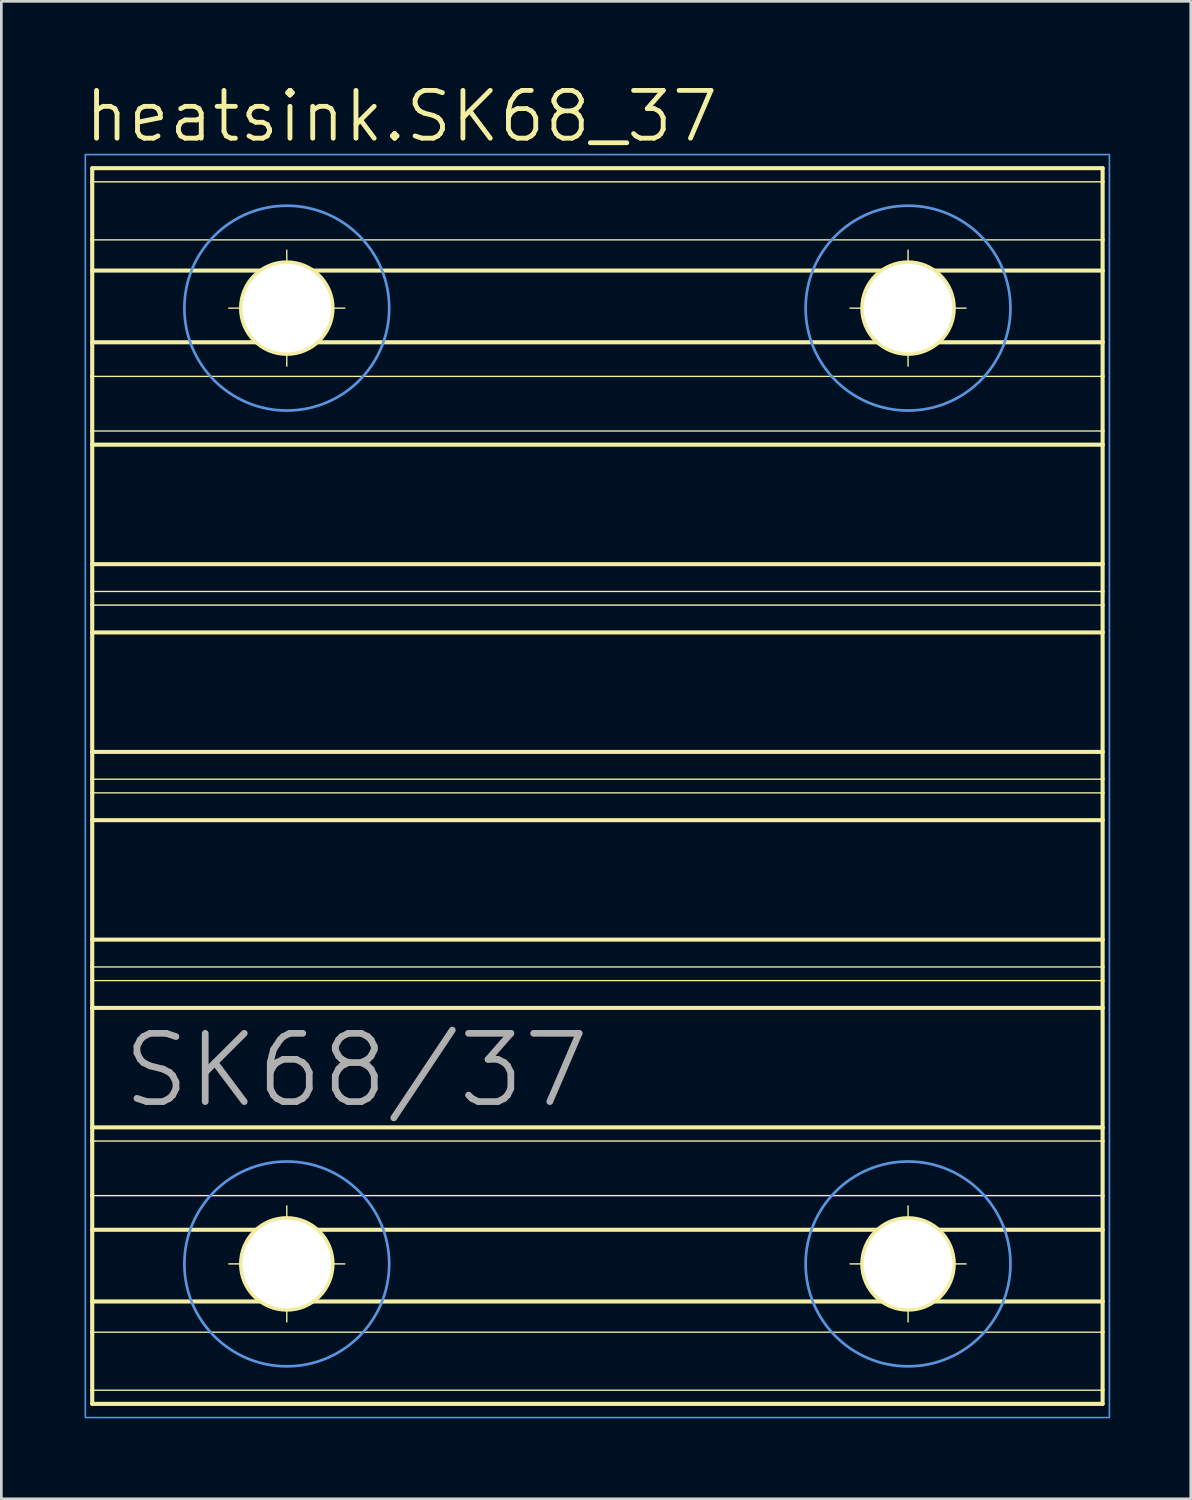
<source format=kicad_pcb>
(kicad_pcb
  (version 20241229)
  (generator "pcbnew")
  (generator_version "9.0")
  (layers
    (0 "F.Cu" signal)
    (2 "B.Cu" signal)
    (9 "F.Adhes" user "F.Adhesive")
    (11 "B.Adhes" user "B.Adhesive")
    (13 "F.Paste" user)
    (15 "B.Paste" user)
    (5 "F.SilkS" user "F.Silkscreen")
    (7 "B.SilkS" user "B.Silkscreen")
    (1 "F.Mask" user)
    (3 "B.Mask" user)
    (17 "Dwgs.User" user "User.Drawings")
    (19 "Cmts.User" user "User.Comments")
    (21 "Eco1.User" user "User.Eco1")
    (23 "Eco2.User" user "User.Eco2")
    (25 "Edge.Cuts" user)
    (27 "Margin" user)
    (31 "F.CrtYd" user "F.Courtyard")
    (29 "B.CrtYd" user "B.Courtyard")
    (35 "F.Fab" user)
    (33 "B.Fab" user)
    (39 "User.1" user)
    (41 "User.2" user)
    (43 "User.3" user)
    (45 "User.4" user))
  (footprint "heatsink.SK68_37"
    (layer "F.Cu")
    (at 19.177 26.194)
    (property "Reference" "heatsink.SK68_37" (at -19.177 -23.876 0) (layer "F.SilkS") (effects (font (size 1.778 1.778) (thickness 0.18)) (justify left bottom)))
    (fp_line (start -18.796 -22.987) (end -18.796 -22.479) (stroke (width 0.152) (type default)) (layer "F.SilkS"))
    (fp_line (start -18.796 -22.479) (end -18.796 -20.32) (stroke (width 0.152) (type default)) (layer "F.SilkS"))
    (fp_line (start -18.796 -22.479) (end 18.796 -22.479) (stroke (width 0.051) (type default)) (layer "F.SilkS"))
    (fp_line (start -18.796 -20.32) (end -18.796 -19.177) (stroke (width 0.152) (type default)) (layer "F.SilkS"))
    (fp_line (start -18.796 -20.32) (end 18.796 -20.32) (stroke (width 0.051) (type default)) (layer "F.SilkS"))
    (fp_line (start -18.796 -19.177) (end -18.796 -16.51) (stroke (width 0.152) (type default)) (layer "F.SilkS"))
    (fp_line (start -18.796 -19.177) (end 18.796 -19.177) (stroke (width 0.152) (type default)) (layer "F.SilkS"))
    (fp_line (start -18.796 -16.51) (end -18.796 -15.24) (stroke (width 0.152) (type default)) (layer "F.SilkS"))
    (fp_line (start -18.796 -16.51) (end 18.796 -16.51) (stroke (width 0.152) (type default)) (layer "F.SilkS"))
    (fp_line (start -18.796 -15.24) (end -18.796 -13.208) (stroke (width 0.152) (type default)) (layer "F.SilkS"))
    (fp_line (start -18.796 -15.24) (end 18.796 -15.24) (stroke (width 0.051) (type default)) (layer "F.SilkS"))
    (fp_line (start -18.796 -13.208) (end -18.796 -12.7) (stroke (width 0.152) (type default)) (layer "F.SilkS"))
    (fp_line (start -18.796 -13.208) (end 18.796 -13.208) (stroke (width 0.051) (type default)) (layer "F.SilkS"))
    (fp_line (start -18.796 -12.7) (end -18.796 -8.255) (stroke (width 0.152) (type default)) (layer "F.SilkS"))
    (fp_line (start -18.796 -12.7) (end 18.796 -12.7) (stroke (width 0.152) (type default)) (layer "F.SilkS"))
    (fp_line (start -18.796 -8.255) (end -18.796 -7.239) (stroke (width 0.152) (type default)) (layer "F.SilkS"))
    (fp_line (start -18.796 -8.255) (end 18.796 -8.255) (stroke (width 0.152) (type default)) (layer "F.SilkS"))
    (fp_line (start -18.796 -7.239) (end -18.796 -6.731) (stroke (width 0.152) (type default)) (layer "F.SilkS"))
    (fp_line (start -18.796 -6.731) (end -18.796 -5.715) (stroke (width 0.152) (type default)) (layer "F.SilkS"))
    (fp_line (start -18.796 -6.731) (end 18.796 -6.731) (stroke (width 0.051) (type default)) (layer "F.SilkS"))
    (fp_line (start -18.796 -5.715) (end -18.796 -1.27) (stroke (width 0.152) (type default)) (layer "F.SilkS"))
    (fp_line (start -18.796 -5.715) (end 18.796 -5.715) (stroke (width 0.152) (type default)) (layer "F.SilkS"))
    (fp_line (start -18.796 -1.27) (end -18.796 -0.254) (stroke (width 0.152) (type default)) (layer "F.SilkS"))
    (fp_line (start -18.796 -1.27) (end 18.796 -1.27) (stroke (width 0.152) (type default)) (layer "F.SilkS"))
    (fp_line (start -18.796 -0.254) (end -18.796 0.254) (stroke (width 0.152) (type default)) (layer "F.SilkS"))
    (fp_line (start -18.796 -0.254) (end 18.796 -0.254) (stroke (width 0.051) (type default)) (layer "F.SilkS"))
    (fp_line (start -18.796 0.254) (end -18.796 1.27) (stroke (width 0.152) (type default)) (layer "F.SilkS"))
    (fp_line (start -18.796 0.254) (end 18.796 0.254) (stroke (width 0.051) (type default)) (layer "F.SilkS"))
    (fp_line (start -18.796 1.27) (end -18.796 5.715) (stroke (width 0.152) (type default)) (layer "F.SilkS"))
    (fp_line (start -18.796 1.27) (end 18.796 1.27) (stroke (width 0.152) (type default)) (layer "F.SilkS"))
    (fp_line (start -18.796 5.715) (end -18.796 6.731) (stroke (width 0.152) (type default)) (layer "F.SilkS"))
    (fp_line (start -18.796 5.715) (end 18.796 5.715) (stroke (width 0.152) (type default)) (layer "F.SilkS"))
    (fp_line (start -18.796 6.731) (end -18.796 7.239) (stroke (width 0.152) (type default)) (layer "F.SilkS"))
    (fp_line (start -18.796 6.731) (end 18.796 6.731) (stroke (width 0.051) (type default)) (layer "F.SilkS"))
    (fp_line (start -18.796 7.239) (end -18.796 8.255) (stroke (width 0.152) (type default)) (layer "F.SilkS"))
    (fp_line (start -18.796 7.239) (end 18.796 7.239) (stroke (width 0.051) (type default)) (layer "F.SilkS"))
    (fp_line (start -18.796 8.255) (end -18.796 12.7) (stroke (width 0.152) (type default)) (layer "F.SilkS"))
    (fp_line (start -18.796 8.255) (end 18.796 8.255) (stroke (width 0.152) (type default)) (layer "F.SilkS"))
    (fp_line (start -18.796 12.7) (end -18.796 13.208) (stroke (width 0.152) (type default)) (layer "F.SilkS"))
    (fp_line (start -18.796 13.208) (end -18.796 15.24) (stroke (width 0.152) (type default)) (layer "F.SilkS"))
    (fp_line (start -18.796 15.24) (end -18.796 16.51) (stroke (width 0.152) (type default)) (layer "F.SilkS"))
    (fp_line (start -18.796 16.51) (end -18.796 19.177) (stroke (width 0.152) (type default)) (layer "F.SilkS"))
    (fp_line (start -18.796 19.177) (end -18.796 20.32) (stroke (width 0.152) (type default)) (layer "F.SilkS"))
    (fp_line (start -18.796 20.32) (end -18.796 22.479) (stroke (width 0.152) (type default)) (layer "F.SilkS"))
    (fp_line (start -18.796 22.479) (end -18.796 22.987) (stroke (width 0.152) (type default)) (layer "F.SilkS"))
    (fp_line (start -18.796 22.987) (end 18.796 22.987) (stroke (width 0.152) (type default)) (layer "F.SilkS"))
    (fp_line (start -13.716 -17.78) (end -9.398 -17.78) (stroke (width 0.051) (type default)) (layer "F.SilkS"))
    (fp_line (start -13.716 17.78) (end -9.398 17.78) (stroke (width 0.051) (type default)) (layer "F.SilkS"))
    (fp_line (start -11.557 -19.939) (end -11.557 -15.621) (stroke (width 0.051) (type default)) (layer "F.SilkS"))
    (fp_line (start -11.557 15.621) (end -11.557 19.939) (stroke (width 0.051) (type default)) (layer "F.SilkS"))
    (fp_line (start 9.398 -17.78) (end 13.716 -17.78) (stroke (width 0.051) (type default)) (layer "F.SilkS"))
    (fp_line (start 9.398 17.78) (end 13.716 17.78) (stroke (width 0.051) (type default)) (layer "F.SilkS"))
    (fp_line (start 11.557 -19.939) (end 11.557 -15.621) (stroke (width 0.051) (type default)) (layer "F.SilkS"))
    (fp_line (start 11.557 15.621) (end 11.557 19.939) (stroke (width 0.051) (type default)) (layer "F.SilkS"))
    (fp_line (start 18.796 -22.987) (end -18.796 -22.987) (stroke (width 0.152) (type default)) (layer "F.SilkS"))
    (fp_line (start 18.796 -22.479) (end 18.796 -22.987) (stroke (width 0.152) (type default)) (layer "F.SilkS"))
    (fp_line (start 18.796 -20.32) (end 18.796 -22.479) (stroke (width 0.152) (type default)) (layer "F.SilkS"))
    (fp_line (start 18.796 -19.177) (end 18.796 -20.32) (stroke (width 0.152) (type default)) (layer "F.SilkS"))
    (fp_line (start 18.796 -19.177) (end 18.796 -16.51) (stroke (width 0.152) (type default)) (layer "F.SilkS"))
    (fp_line (start 18.796 -15.24) (end 18.796 -16.51) (stroke (width 0.152) (type default)) (layer "F.SilkS"))
    (fp_line (start 18.796 -15.24) (end 18.796 -13.208) (stroke (width 0.152) (type default)) (layer "F.SilkS"))
    (fp_line (start 18.796 -12.7) (end 18.796 -13.208) (stroke (width 0.152) (type default)) (layer "F.SilkS"))
    (fp_line (start 18.796 -12.7) (end 18.796 -8.255) (stroke (width 0.152) (type default)) (layer "F.SilkS"))
    (fp_line (start 18.796 -8.255) (end 18.796 -7.239) (stroke (width 0.152) (type default)) (layer "F.SilkS"))
    (fp_line (start 18.796 -7.239) (end -18.796 -7.239) (stroke (width 0.051) (type default)) (layer "F.SilkS"))
    (fp_line (start 18.796 -7.239) (end 18.796 -6.731) (stroke (width 0.152) (type default)) (layer "F.SilkS"))
    (fp_line (start 18.796 -5.715) (end 18.796 -6.731) (stroke (width 0.152) (type default)) (layer "F.SilkS"))
    (fp_line (start 18.796 -5.715) (end 18.796 -1.27) (stroke (width 0.152) (type default)) (layer "F.SilkS"))
    (fp_line (start 18.796 -0.254) (end 18.796 -1.27) (stroke (width 0.152) (type default)) (layer "F.SilkS"))
    (fp_line (start 18.796 -0.254) (end 18.796 0.254) (stroke (width 0.152) (type default)) (layer "F.SilkS"))
    (fp_line (start 18.796 1.27) (end 18.796 0.254) (stroke (width 0.152) (type default)) (layer "F.SilkS"))
    (fp_line (start 18.796 1.27) (end 18.796 5.715) (stroke (width 0.152) (type default)) (layer "F.SilkS"))
    (fp_line (start 18.796 6.731) (end 18.796 5.715) (stroke (width 0.152) (type default)) (layer "F.SilkS"))
    (fp_line (start 18.796 6.731) (end 18.796 7.239) (stroke (width 0.152) (type default)) (layer "F.SilkS"))
    (fp_line (start 18.796 8.255) (end 18.796 7.239) (stroke (width 0.152) (type default)) (layer "F.SilkS"))
    (fp_line (start 18.796 12.7) (end -18.796 12.7) (stroke (width 0.152) (type default)) (layer "F.SilkS"))
    (fp_line (start 18.796 12.7) (end 18.796 8.255) (stroke (width 0.152) (type default)) (layer "F.SilkS"))
    (fp_line (start 18.796 12.7) (end 18.796 13.208) (stroke (width 0.152) (type default)) (layer "F.SilkS"))
    (fp_line (start 18.796 13.208) (end -18.796 13.208) (stroke (width 0.051) (type default)) (layer "F.SilkS"))
    (fp_line (start 18.796 13.208) (end 18.796 15.24) (stroke (width 0.152) (type default)) (layer "F.SilkS"))
    (fp_line (start 18.796 15.24) (end -18.796 15.24) (stroke (width 0.051) (type default)) (layer "F.SilkS"))
    (fp_line (start 18.796 15.24) (end 18.796 16.51) (stroke (width 0.152) (type default)) (layer "F.SilkS"))
    (fp_line (start 18.796 16.51) (end -18.796 16.51) (stroke (width 0.152) (type default)) (layer "F.SilkS"))
    (fp_line (start 18.796 16.51) (end 18.796 19.177) (stroke (width 0.152) (type default)) (layer "F.SilkS"))
    (fp_line (start 18.796 19.177) (end -18.796 19.177) (stroke (width 0.152) (type default)) (layer "F.SilkS"))
    (fp_line (start 18.796 19.177) (end 18.796 20.32) (stroke (width 0.152) (type default)) (layer "F.SilkS"))
    (fp_line (start 18.796 20.32) (end -18.796 20.32) (stroke (width 0.051) (type default)) (layer "F.SilkS"))
    (fp_line (start 18.796 20.32) (end 18.796 22.479) (stroke (width 0.152) (type default)) (layer "F.SilkS"))
    (fp_line (start 18.796 22.479) (end -18.796 22.479) (stroke (width 0.051) (type default)) (layer "F.SilkS"))
    (fp_line (start 18.796 22.479) (end 18.796 22.987) (stroke (width 0.152) (type default)) (layer "F.SilkS"))
    (fp_circle (center -11.557 -17.78) (end -9.855 -17.78) (stroke (width 0.152) (type default)) (fill no) (layer "F.SilkS"))
    (fp_circle (center -11.557 17.78) (end -9.855 17.78) (stroke (width 0.152) (type default)) (fill no) (layer "F.SilkS"))
    (fp_circle (center 11.557 -17.78) (end 13.259 -17.78) (stroke (width 0.152) (type default)) (fill no) (layer "F.SilkS"))
    (fp_circle (center 11.557 17.78) (end 13.259 17.78) (stroke (width 0.152) (type default)) (fill no) (layer "F.SilkS"))
    (fp_rect (start -19.05 23.495) (end 19.05 -23.495) (stroke (width 0.05) (type default)) (fill no) (layer "Cmts.User"))
    (fp_rect (start -19.05 23.495) (end 19.05 -23.495) (stroke (width 0.05) (type default)) (fill no) (layer "Cmts.User"))
    (fp_circle (center -11.557 -17.78) (end -7.747 -17.78) (stroke (width 0.1) (type default)) (fill no) (layer "Cmts.User"))
    (fp_circle (center -11.557 17.78) (end -7.747 17.78) (stroke (width 0.1) (type default)) (fill no) (layer "Cmts.User"))
    (fp_circle (center 11.557 -17.78) (end 15.367 -17.78) (stroke (width 0.1) (type default)) (fill no) (layer "Cmts.User"))
    (fp_circle (center 11.557 17.78) (end 15.367 17.78) (stroke (width 0.1) (type default)) (fill no) (layer "Cmts.User"))
    (fp_text user "SK68/37" (at -17.78 12.065 0) (layer "F.Fab") (effects (font (size 2.54 2.54) (thickness 0.25)) (justify left bottom)))
    (pad "" np_thru_hole circle (at -11.557 -17.78) (size 3.302 3.302) (drill 3.302) (layers "*.Cu" "*.Mask"))
    (pad "" np_thru_hole circle (at -11.557 17.78) (size 3.302 3.302) (drill 3.302) (layers "*.Cu" "*.Mask"))
    (pad "" np_thru_hole circle (at 11.557 -17.78) (size 3.302 3.302) (drill 3.302) (layers "*.Cu" "*.Mask"))
    (pad "" np_thru_hole circle (at 11.557 17.78) (size 3.302 3.302) (drill 3.302) (layers "*.Cu" "*.Mask")))
  (gr_rect
    (start -3 -3)
    (end 41.252 52.714)
    (stroke (width 0.1) (type default))
    (fill no)
    (layer "Edge.Cuts")))
</source>
